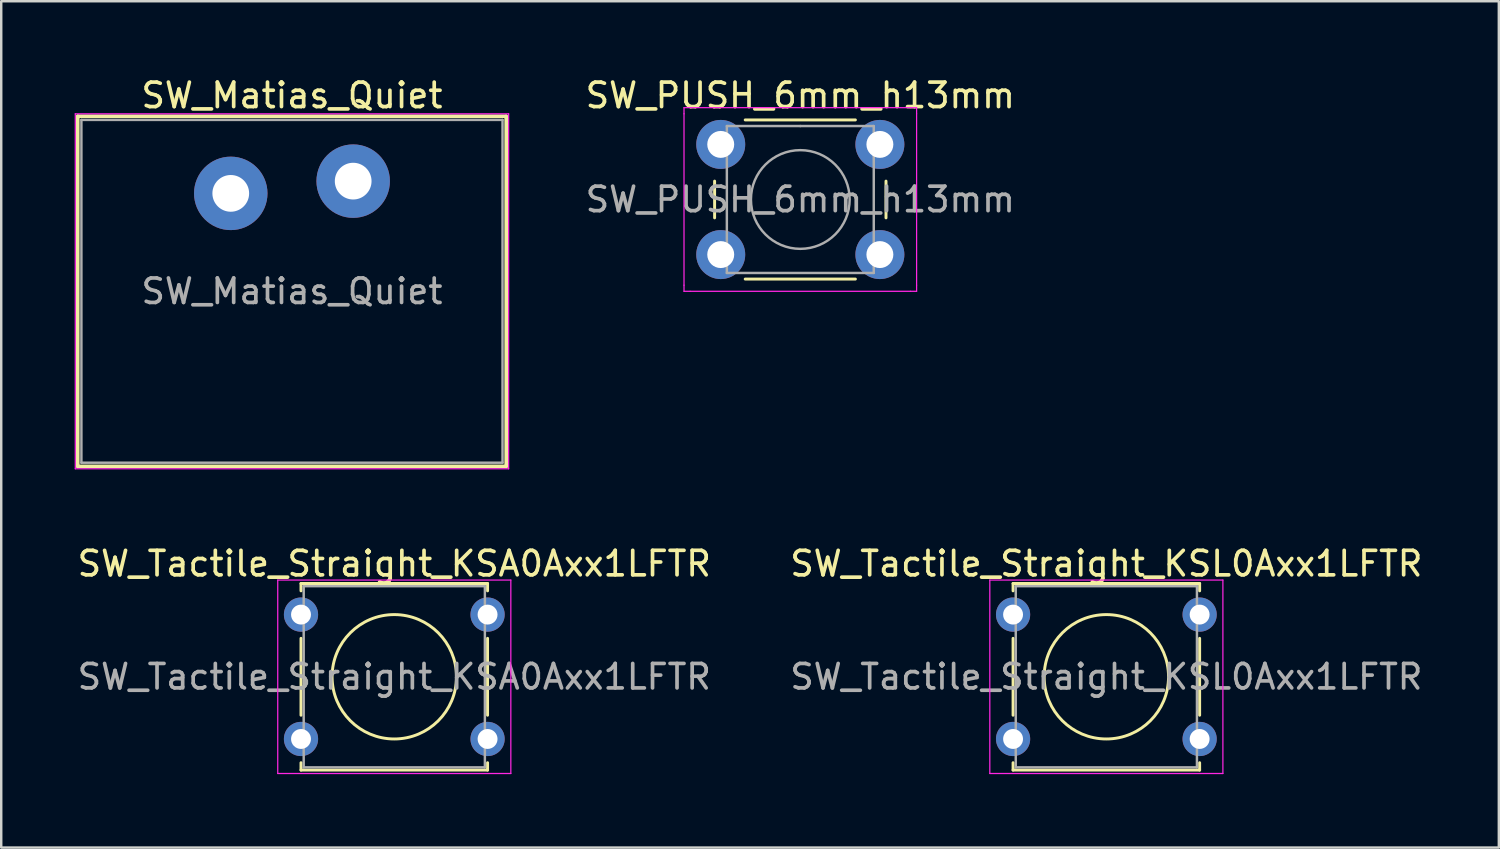
<source format=kicad_pcb>
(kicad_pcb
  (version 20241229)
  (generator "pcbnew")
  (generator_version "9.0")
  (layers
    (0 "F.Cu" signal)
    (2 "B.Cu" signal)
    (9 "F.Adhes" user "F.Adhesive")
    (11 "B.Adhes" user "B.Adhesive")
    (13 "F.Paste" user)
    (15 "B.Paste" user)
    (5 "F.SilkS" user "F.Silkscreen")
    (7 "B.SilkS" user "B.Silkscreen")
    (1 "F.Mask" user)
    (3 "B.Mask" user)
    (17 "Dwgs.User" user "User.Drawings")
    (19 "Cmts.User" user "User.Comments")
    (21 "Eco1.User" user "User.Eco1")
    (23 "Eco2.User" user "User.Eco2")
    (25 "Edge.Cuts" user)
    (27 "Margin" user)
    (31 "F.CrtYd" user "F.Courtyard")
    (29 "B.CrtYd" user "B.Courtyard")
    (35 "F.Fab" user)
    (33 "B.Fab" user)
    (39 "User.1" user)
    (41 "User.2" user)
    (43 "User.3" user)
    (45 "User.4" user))
  (footprint "SW_Tactile_Straight_KSA0Axx1LFTR"
    (layer "F.Cu")
    (at 9.244 22.052)
    (property "Reference" "SW_Tactile_Straight_KSA0Axx1LFTR" (at 3.81 -2.08 0) (layer "F.SilkS") (effects (font (size 1 1) (thickness 0.15))))
    (attr through_hole)
    (fp_line (start 0 -1.27) (end 0 -0.97) (stroke (width 0.12) (type solid)) (layer "F.SilkS"))
    (fp_line (start 0 -1.27) (end 7.62 -1.27) (stroke (width 0.12) (type solid)) (layer "F.SilkS"))
    (fp_line (start 0 0.97) (end 0 4.11) (stroke (width 0.12) (type solid)) (layer "F.SilkS"))
    (fp_line (start 0 6.05) (end 0 6.35) (stroke (width 0.12) (type solid)) (layer "F.SilkS"))
    (fp_line (start 7.62 -1.27) (end 7.62 -0.97) (stroke (width 0.12) (type solid)) (layer "F.SilkS"))
    (fp_line (start 7.62 0.97) (end 7.62 4.11) (stroke (width 0.12) (type solid)) (layer "F.SilkS"))
    (fp_line (start 7.62 6.05) (end 7.62 6.35) (stroke (width 0.12) (type solid)) (layer "F.SilkS"))
    (fp_line (start 7.62 6.35) (end 0 6.35) (stroke (width 0.12) (type solid)) (layer "F.SilkS"))
    (fp_circle (center 3.81 2.54) (end 3.81 0) (stroke (width 0.12) (type solid)) (fill no) (layer "F.SilkS"))
    (fp_line (start -0.95 -1.41) (end -0.95 6.49) (stroke (width 0.05) (type solid)) (layer "F.CrtYd"))
    (fp_line (start -0.95 -1.41) (end 8.57 -1.41) (stroke (width 0.05) (type solid)) (layer "F.CrtYd"))
    (fp_line (start 8.57 6.49) (end -0.95 6.49) (stroke (width 0.05) (type solid)) (layer "F.CrtYd"))
    (fp_line (start 8.57 6.49) (end 8.57 -1.41) (stroke (width 0.05) (type solid)) (layer "F.CrtYd"))
    (fp_line (start 0.11 -1.16) (end 7.51 -1.16) (stroke (width 0.1) (type solid)) (layer "F.Fab"))
    (fp_line (start 0.11 6.24) (end 0.11 -1.16) (stroke (width 0.1) (type solid)) (layer "F.Fab"))
    (fp_line (start 7.51 -1.16) (end 7.51 6.24) (stroke (width 0.1) (type solid)) (layer "F.Fab"))
    (fp_line (start 7.51 6.24) (end 0.11 6.24) (stroke (width 0.1) (type solid)) (layer "F.Fab"))
    (fp_text user "${REFERENCE}" (at 3.81 2.54 0) (layer "F.Fab") (effects (font (size 1 1) (thickness 0.15))))
    (pad "1" thru_hole circle (at 0 0) (size 1.397 1.397) (drill 0.813) (layers "*.Cu" "*.Mask"))
    (pad "1" thru_hole circle (at 7.62 0) (size 1.397 1.397) (drill 0.813) (layers "*.Cu" "*.Mask"))
    (pad "2" thru_hole circle (at 0 5.08) (size 1.397 1.397) (drill 0.813) (layers "*.Cu" "*.Mask"))
    (pad "2" thru_hole circle (at 7.62 5.08) (size 1.397 1.397) (drill 0.813) (layers "*.Cu" "*.Mask")))
  (footprint "SW_Matias_Quiet"
    (layer "F.Cu")
    (at 6.375 4.848)
    (property "Reference" "SW_Matias_Quiet" (at 2.5 -4 0) (layer "F.SilkS") (effects (font (size 1 1) (thickness 0.15))))
    (attr through_hole)
    (fp_line (start -6.25 -3.15) (end 11.24 -3.15) (stroke (width 0.15) (type solid)) (layer "F.SilkS"))
    (fp_line (start -6.25 11.15) (end -6.25 -3.15) (stroke (width 0.15) (type solid)) (layer "F.SilkS"))
    (fp_line (start 11.25 -3.15) (end 11.25 11.15) (stroke (width 0.15) (type solid)) (layer "F.SilkS"))
    (fp_line (start 11.25 11.15) (end -6.25 11.15) (stroke (width 0.15) (type solid)) (layer "F.SilkS"))
    (fp_line (start -6.35 -3.25) (end -6.35 11.25) (stroke (width 0.05) (type solid)) (layer "F.CrtYd"))
    (fp_line (start -6.35 -3.25) (end 11.35 -3.25) (stroke (width 0.05) (type solid)) (layer "F.CrtYd"))
    (fp_line (start -6.35 11.25) (end 11.35 11.25) (stroke (width 0.05) (type solid)) (layer "F.CrtYd"))
    (fp_line (start 11.35 11.25) (end 11.35 -3.25) (stroke (width 0.05) (type solid)) (layer "F.CrtYd"))
    (fp_line (start -6.1 -3) (end 11.1 -3) (stroke (width 0.1) (type solid)) (layer "F.Fab"))
    (fp_line (start -6.1 11) (end -6.1 -3) (stroke (width 0.1) (type solid)) (layer "F.Fab"))
    (fp_line (start 11.1 -3) (end 11.1 11) (stroke (width 0.1) (type solid)) (layer "F.Fab"))
    (fp_line (start 11.1 11) (end -6.1 11) (stroke (width 0.1) (type solid)) (layer "F.Fab"))
    (fp_text user "${REFERENCE}" (at 2.5 4 0) (layer "F.Fab") (effects (font (size 1 1) (thickness 0.15))))
    (pad "1" thru_hole circle (at 0 0) (size 3 3) (drill 1.5) (layers "*.Cu" "*.Mask"))
    (pad "2" thru_hole circle (at 5 -0.5) (size 3 3) (drill 1.5) (layers "*.Cu" "*.Mask")))
  (footprint "SW_PUSH_6mm_h13mm"
    (layer "F.Cu")
    (at 26.387 2.848)
    (property "Reference" "SW_PUSH_6mm_h13mm" (at 3.25 -2 0) (layer "F.SilkS") (effects (font (size 1 1) (thickness 0.15))))
    (attr through_hole)
    (fp_line (start -0.25 1.5) (end -0.25 3) (stroke (width 0.12) (type solid)) (layer "F.SilkS"))
    (fp_line (start 1 5.5) (end 5.5 5.5) (stroke (width 0.12) (type solid)) (layer "F.SilkS"))
    (fp_line (start 5.5 -1) (end 1 -1) (stroke (width 0.12) (type solid)) (layer "F.SilkS"))
    (fp_line (start 6.75 3) (end 6.75 1.5) (stroke (width 0.12) (type solid)) (layer "F.SilkS"))
    (fp_line (start -1.5 -1.5) (end -1.25 -1.5) (stroke (width 0.05) (type solid)) (layer "F.CrtYd"))
    (fp_line (start -1.5 -1.25) (end -1.5 -1.5) (stroke (width 0.05) (type solid)) (layer "F.CrtYd"))
    (fp_line (start -1.5 5.75) (end -1.5 -1.25) (stroke (width 0.05) (type solid)) (layer "F.CrtYd"))
    (fp_line (start -1.5 5.75) (end -1.5 6) (stroke (width 0.05) (type solid)) (layer "F.CrtYd"))
    (fp_line (start -1.5 6) (end -1.25 6) (stroke (width 0.05) (type solid)) (layer "F.CrtYd"))
    (fp_line (start -1.25 -1.5) (end 7.75 -1.5) (stroke (width 0.05) (type solid)) (layer "F.CrtYd"))
    (fp_line (start 7.75 -1.5) (end 8 -1.5) (stroke (width 0.05) (type solid)) (layer "F.CrtYd"))
    (fp_line (start 7.75 6) (end -1.25 6) (stroke (width 0.05) (type solid)) (layer "F.CrtYd"))
    (fp_line (start 7.75 6) (end 8 6) (stroke (width 0.05) (type solid)) (layer "F.CrtYd"))
    (fp_line (start 8 -1.5) (end 8 -1.25) (stroke (width 0.05) (type solid)) (layer "F.CrtYd"))
    (fp_line (start 8 -1.25) (end 8 5.75) (stroke (width 0.05) (type solid)) (layer "F.CrtYd"))
    (fp_line (start 8 6) (end 8 5.75) (stroke (width 0.05) (type solid)) (layer "F.CrtYd"))
    (fp_line (start 0.25 -0.75) (end 3.25 -0.75) (stroke (width 0.1) (type solid)) (layer "F.Fab"))
    (fp_line (start 0.25 5.25) (end 0.25 -0.75) (stroke (width 0.1) (type solid)) (layer "F.Fab"))
    (fp_line (start 3.25 -0.75) (end 6.25 -0.75) (stroke (width 0.1) (type solid)) (layer "F.Fab"))
    (fp_line (start 6.25 -0.75) (end 6.25 5.25) (stroke (width 0.1) (type solid)) (layer "F.Fab"))
    (fp_line (start 6.25 5.25) (end 0.25 5.25) (stroke (width 0.1) (type solid)) (layer "F.Fab"))
    (fp_circle (center 3.25 2.25) (end 1.25 2.5) (stroke (width 0.1) (type solid)) (fill no) (layer "F.Fab"))
    (fp_text user "${REFERENCE}" (at 3.25 2.25 0) (layer "F.Fab") (effects (font (size 1 1) (thickness 0.15))))
    (pad "1" thru_hole circle (at 0 0 90) (size 2 2) (drill 1.1) (layers "*.Cu" "*.Mask"))
    (pad "1" thru_hole circle (at 6.5 0 90) (size 2 2) (drill 1.1) (layers "*.Cu" "*.Mask"))
    (pad "2" thru_hole circle (at 0 4.5 90) (size 2 2) (drill 1.1) (layers "*.Cu" "*.Mask"))
    (pad "2" thru_hole circle (at 6.5 4.5 90) (size 2 2) (drill 1.1) (layers "*.Cu" "*.Mask")))
  (footprint "SW_Tactile_Straight_KSL0Axx1LFTR"
    (layer "F.Cu")
    (at 38.327 22.052)
    (property "Reference" "SW_Tactile_Straight_KSL0Axx1LFTR" (at 3.81 -2.08 0) (layer "F.SilkS") (effects (font (size 1 1) (thickness 0.15))))
    (attr through_hole)
    (fp_line (start 0 -1.27) (end 0 -0.97) (stroke (width 0.12) (type solid)) (layer "F.SilkS"))
    (fp_line (start 0 -1.27) (end 7.62 -1.27) (stroke (width 0.12) (type solid)) (layer "F.SilkS"))
    (fp_line (start 0 0.97) (end 0 4.11) (stroke (width 0.12) (type solid)) (layer "F.SilkS"))
    (fp_line (start 0 6.05) (end 0 6.35) (stroke (width 0.12) (type solid)) (layer "F.SilkS"))
    (fp_line (start 7.62 -1.27) (end 7.62 -0.97) (stroke (width 0.12) (type solid)) (layer "F.SilkS"))
    (fp_line (start 7.62 0.97) (end 7.62 4.11) (stroke (width 0.12) (type solid)) (layer "F.SilkS"))
    (fp_line (start 7.62 6.05) (end 7.62 6.35) (stroke (width 0.12) (type solid)) (layer "F.SilkS"))
    (fp_line (start 7.62 6.35) (end 0 6.35) (stroke (width 0.12) (type solid)) (layer "F.SilkS"))
    (fp_circle (center 3.81 2.54) (end 3.81 0) (stroke (width 0.12) (type solid)) (fill no) (layer "F.SilkS"))
    (fp_line (start -0.95 -1.41) (end -0.95 6.49) (stroke (width 0.05) (type solid)) (layer "F.CrtYd"))
    (fp_line (start -0.95 -1.41) (end 8.57 -1.41) (stroke (width 0.05) (type solid)) (layer "F.CrtYd"))
    (fp_line (start 8.57 6.49) (end -0.95 6.49) (stroke (width 0.05) (type solid)) (layer "F.CrtYd"))
    (fp_line (start 8.57 6.49) (end 8.57 -1.41) (stroke (width 0.05) (type solid)) (layer "F.CrtYd"))
    (fp_line (start 0.11 -1.16) (end 7.51 -1.16) (stroke (width 0.1) (type solid)) (layer "F.Fab"))
    (fp_line (start 0.11 6.24) (end 0.11 -1.16) (stroke (width 0.1) (type solid)) (layer "F.Fab"))
    (fp_line (start 7.51 -1.16) (end 7.51 6.24) (stroke (width 0.1) (type solid)) (layer "F.Fab"))
    (fp_line (start 7.51 6.24) (end 0.11 6.24) (stroke (width 0.1) (type solid)) (layer "F.Fab"))
    (fp_text user "${REFERENCE}" (at 3.81 2.54 0) (layer "F.Fab") (effects (font (size 1 1) (thickness 0.15))))
    (pad "1" thru_hole circle (at 0 0) (size 1.397 1.397) (drill 0.813) (layers "*.Cu" "*.Mask"))
    (pad "1" thru_hole circle (at 7.62 0) (size 1.397 1.397) (drill 0.813) (layers "*.Cu" "*.Mask"))
    (pad "2" thru_hole circle (at 0 5.08) (size 1.397 1.397) (drill 0.813) (layers "*.Cu" "*.Mask"))
    (pad "2" thru_hole circle (at 7.62 5.08) (size 1.397 1.397) (drill 0.813) (layers "*.Cu" "*.Mask")))
  (gr_rect
    (start -3 -3)
    (end 58.167 31.567)
    (stroke (width 0.1) (type default))
    (fill no)
    (layer "Edge.Cuts")))
</source>
